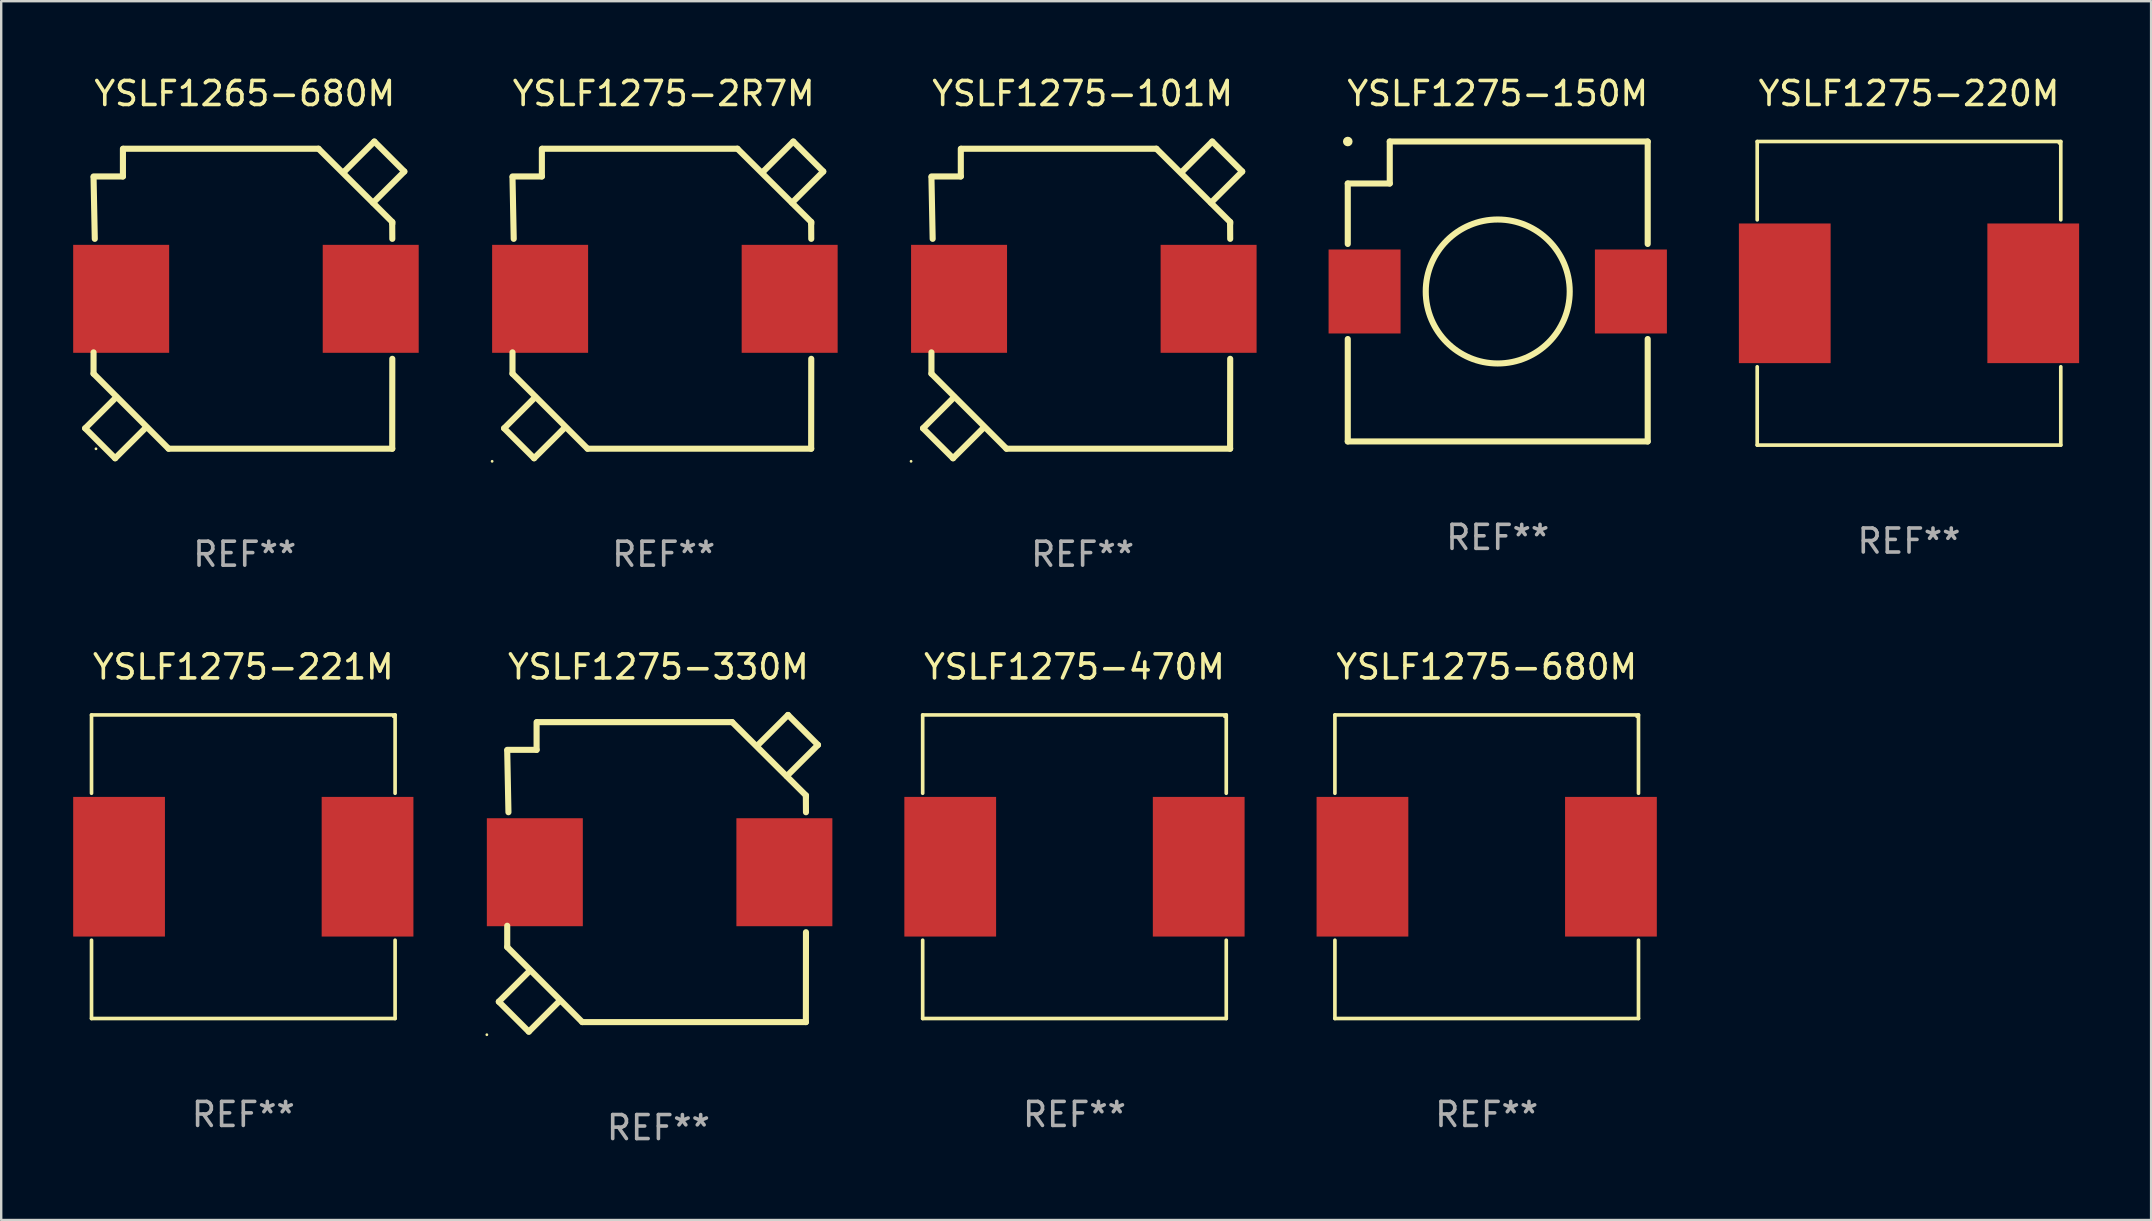
<source format=kicad_pcb>
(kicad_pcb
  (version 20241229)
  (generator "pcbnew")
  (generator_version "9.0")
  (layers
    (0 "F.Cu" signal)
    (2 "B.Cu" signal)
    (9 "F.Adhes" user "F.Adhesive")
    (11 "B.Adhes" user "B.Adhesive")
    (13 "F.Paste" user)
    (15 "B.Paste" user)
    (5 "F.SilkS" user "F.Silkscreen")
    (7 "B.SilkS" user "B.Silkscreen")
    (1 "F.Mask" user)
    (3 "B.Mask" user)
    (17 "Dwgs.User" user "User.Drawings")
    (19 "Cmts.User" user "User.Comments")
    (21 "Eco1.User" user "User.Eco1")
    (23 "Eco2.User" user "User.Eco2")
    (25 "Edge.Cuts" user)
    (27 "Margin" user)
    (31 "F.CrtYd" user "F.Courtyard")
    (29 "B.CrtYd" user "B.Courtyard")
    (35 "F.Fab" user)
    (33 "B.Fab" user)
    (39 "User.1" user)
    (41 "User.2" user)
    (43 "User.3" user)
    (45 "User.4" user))
  (footprint "YSLF1275-470M"
    (layer "F.Cu")
    (at 41.73 33.072)
    (property "Reference" "YSLF1275-470M" (at 0 -8.326 0) (layer "F.SilkS") (effects (font (size 1 1) (thickness 0.15))))
    (attr through_hole)
    (fp_line (start -6.326 -6.326) (end 6.326 -6.326) (stroke (width 0.152) (type solid)) (layer "F.SilkS"))
    (fp_line (start -6.326 -3.062) (end -6.326 -6.326) (stroke (width 0.152) (type solid)) (layer "F.SilkS"))
    (fp_line (start -6.326 3.062) (end -6.326 6.326) (stroke (width 0.152) (type solid)) (layer "F.SilkS"))
    (fp_line (start -6.326 6.326) (end 6.326 6.326) (stroke (width 0.152) (type solid)) (layer "F.SilkS"))
    (fp_line (start 6.326 -6.326) (end 6.326 -3.062) (stroke (width 0.152) (type solid)) (layer "F.SilkS"))
    (fp_line (start 6.326 6.326) (end 6.326 3.062) (stroke (width 0.152) (type solid)) (layer "F.SilkS"))
    (fp_circle (center 6.25 -6.25) (end 6.28 -6.25) (stroke (width 0.06) (type solid)) (fill no) (layer "F.SilkS"))
    (fp_text user "REF**" (at 0 10.326 0) (layer "F.Fab") (effects (font (size 1 1) (thickness 0.15))))
    (pad "1" smd rect (at 5.178 0) (size 3.824 5.82) (layers "F.Cu" "F.Mask" "F.Paste"))
    (pad "2" smd rect (at -5.178 0) (size 3.824 5.82) (layers "F.Cu" "F.Mask" "F.Paste")))
  (footprint "YSLF1275-2R7M"
    (layer "F.Cu")
    (at 24.61 9.449)
    (property "Reference" "YSLF1275-2R7M" (at 0 -8.6 0) (layer "F.SilkS") (effects (font (size 1 1) (thickness 0.15))))
    (attr through_hole)
    (fp_line (start -6.651 5.351) (end -5.401 6.6) (stroke (width 0.254) (type solid)) (layer "F.SilkS"))
    (fp_line (start -6.301 2.186) (end -6.301 3.074) (stroke (width 0.254) (type solid)) (layer "F.SilkS"))
    (fp_line (start -6.301 3.074) (end -3.174 6.201) (stroke (width 0.254) (type solid)) (layer "F.SilkS"))
    (fp_line (start -6.25 -2.545) (end -6.301 -5.108) (stroke (width 0.254) (type solid)) (layer "F.SilkS"))
    (fp_line (start -5.401 6.6) (end -4.151 5.351) (stroke (width 0.254) (type solid)) (layer "F.SilkS"))
    (fp_line (start -5.35 4.05) (end -6.651 5.351) (stroke (width 0.254) (type solid)) (layer "F.SilkS"))
    (fp_line (start -5.077 -6.3) (end -5.077 -5.145) (stroke (width 0.254) (type solid)) (layer "F.SilkS"))
    (fp_line (start -5.077 -5.145) (end -6.301 -5.145) (stroke (width 0.254) (type solid)) (layer "F.SilkS"))
    (fp_line (start -4.151 5.351) (end -4.15 5.35) (stroke (width 0.254) (type solid)) (layer "F.SilkS"))
    (fp_line (start -3.174 6.201) (end 6.15 6.201) (stroke (width 0.254) (type solid)) (layer "F.SilkS"))
    (fp_line (start 3.074 -6.301) (end 6.15 -3.245) (stroke (width 0.254) (type solid)) (layer "F.SilkS"))
    (fp_line (start 3.075 -6.3) (end -5.058 -6.3) (stroke (width 0.254) (type solid)) (layer "F.SilkS"))
    (fp_line (start 4.151 -5.351) (end 4.15 -5.35) (stroke (width 0.254) (type solid)) (layer "F.SilkS"))
    (fp_line (start 5.35 -4.05) (end 6.651 -5.351) (stroke (width 0.254) (type solid)) (layer "F.SilkS"))
    (fp_line (start 5.401 -6.6) (end 4.151 -5.351) (stroke (width 0.254) (type solid)) (layer "F.SilkS"))
    (fp_line (start 6.146 6.201) (end 6.15 2.455) (stroke (width 0.254) (type solid)) (layer "F.SilkS"))
    (fp_line (start 6.15 -3.245) (end 6.15 -3.174) (stroke (width 0.254) (type solid)) (layer "F.SilkS"))
    (fp_line (start 6.15 -2.545) (end 6.146 -3.174) (stroke (width 0.254) (type solid)) (layer "F.SilkS"))
    (fp_line (start 6.651 -5.351) (end 5.401 -6.6) (stroke (width 0.254) (type solid)) (layer "F.SilkS"))
    (fp_circle (center -7.15 6.727) (end -7.12 6.727) (stroke (width 0.06) (type solid)) (fill no) (layer "F.SilkS"))
    (fp_text user "REF**" (at 0 10.6 0) (layer "F.Fab") (effects (font (size 1 1) (thickness 0.15))))
    (pad "1" smd rect (at -5.15 -0.045) (size 4 4.5) (layers "F.Cu" "F.Mask" "F.Paste"))
    (pad "2" smd rect (at 5.25 -0.045) (size 4 4.5) (layers "F.Cu" "F.Mask" "F.Paste")))
  (footprint "YSLF1275-221M"
    (layer "F.Cu")
    (at 7.09 33.072)
    (property "Reference" "YSLF1275-221M" (at 0 -8.326 0) (layer "F.SilkS") (effects (font (size 1 1) (thickness 0.15))))
    (attr through_hole)
    (fp_line (start -6.326 -6.326) (end 6.326 -6.326) (stroke (width 0.152) (type solid)) (layer "F.SilkS"))
    (fp_line (start -6.326 -3.062) (end -6.326 -6.326) (stroke (width 0.152) (type solid)) (layer "F.SilkS"))
    (fp_line (start -6.326 3.062) (end -6.326 6.326) (stroke (width 0.152) (type solid)) (layer "F.SilkS"))
    (fp_line (start -6.326 6.326) (end 6.326 6.326) (stroke (width 0.152) (type solid)) (layer "F.SilkS"))
    (fp_line (start 6.326 -6.326) (end 6.326 -3.062) (stroke (width 0.152) (type solid)) (layer "F.SilkS"))
    (fp_line (start 6.326 6.326) (end 6.326 3.062) (stroke (width 0.152) (type solid)) (layer "F.SilkS"))
    (fp_circle (center 6.25 -6.25) (end 6.28 -6.25) (stroke (width 0.06) (type solid)) (fill no) (layer "F.SilkS"))
    (fp_text user "REF**" (at 0 10.326 0) (layer "F.Fab") (effects (font (size 1 1) (thickness 0.15))))
    (pad "1" smd rect (at 5.178 0) (size 3.824 5.82) (layers "F.Cu" "F.Mask" "F.Paste"))
    (pad "2" smd rect (at -5.178 0) (size 3.824 5.82) (layers "F.Cu" "F.Mask" "F.Paste")))
  (footprint "YSLF1275-220M"
    (layer "F.Cu")
    (at 76.51 9.174)
    (property "Reference" "YSLF1275-220M" (at 0 -8.326 0) (layer "F.SilkS") (effects (font (size 1 1) (thickness 0.15))))
    (attr through_hole)
    (fp_line (start -6.326 -6.326) (end 6.326 -6.326) (stroke (width 0.152) (type solid)) (layer "F.SilkS"))
    (fp_line (start -6.326 -3.062) (end -6.326 -6.326) (stroke (width 0.152) (type solid)) (layer "F.SilkS"))
    (fp_line (start -6.326 3.062) (end -6.326 6.326) (stroke (width 0.152) (type solid)) (layer "F.SilkS"))
    (fp_line (start -6.326 6.326) (end 6.326 6.326) (stroke (width 0.152) (type solid)) (layer "F.SilkS"))
    (fp_line (start 6.326 -6.326) (end 6.326 -3.062) (stroke (width 0.152) (type solid)) (layer "F.SilkS"))
    (fp_line (start 6.326 6.326) (end 6.326 3.062) (stroke (width 0.152) (type solid)) (layer "F.SilkS"))
    (fp_circle (center 6.25 -6.25) (end 6.28 -6.25) (stroke (width 0.06) (type solid)) (fill no) (layer "F.SilkS"))
    (fp_text user "REF**" (at 0 10.326 0) (layer "F.Fab") (effects (font (size 1 1) (thickness 0.15))))
    (pad "1" smd rect (at 5.178 0) (size 3.824 5.82) (layers "F.Cu" "F.Mask" "F.Paste"))
    (pad "2" smd rect (at -5.178 0) (size 3.824 5.82) (layers "F.Cu" "F.Mask" "F.Paste")))
  (footprint "YSLF1265-680M"
    (layer "F.Cu")
    (at 7.15 9.449)
    (property "Reference" "YSLF1265-680M" (at 0 -8.6 0) (layer "F.SilkS") (effects (font (size 1 1) (thickness 0.15))))
    (attr through_hole)
    (fp_line (start -6.651 5.351) (end -5.401 6.6) (stroke (width 0.254) (type solid)) (layer "F.SilkS"))
    (fp_line (start -6.301 2.186) (end -6.301 3.074) (stroke (width 0.254) (type solid)) (layer "F.SilkS"))
    (fp_line (start -6.301 3.074) (end -3.174 6.201) (stroke (width 0.254) (type solid)) (layer "F.SilkS"))
    (fp_line (start -6.25 -2.545) (end -6.301 -5.108) (stroke (width 0.254) (type solid)) (layer "F.SilkS"))
    (fp_line (start -5.401 6.6) (end -4.151 5.351) (stroke (width 0.254) (type solid)) (layer "F.SilkS"))
    (fp_line (start -5.35 4.05) (end -6.651 5.351) (stroke (width 0.254) (type solid)) (layer "F.SilkS"))
    (fp_line (start -5.077 -6.3) (end -5.077 -5.145) (stroke (width 0.254) (type solid)) (layer "F.SilkS"))
    (fp_line (start -5.077 -5.145) (end -6.301 -5.145) (stroke (width 0.254) (type solid)) (layer "F.SilkS"))
    (fp_line (start -4.151 5.351) (end -4.15 5.35) (stroke (width 0.254) (type solid)) (layer "F.SilkS"))
    (fp_line (start -3.174 6.201) (end 6.15 6.201) (stroke (width 0.254) (type solid)) (layer "F.SilkS"))
    (fp_line (start 3.074 -6.301) (end 6.15 -3.245) (stroke (width 0.254) (type solid)) (layer "F.SilkS"))
    (fp_line (start 3.075 -6.3) (end -5.058 -6.3) (stroke (width 0.254) (type solid)) (layer "F.SilkS"))
    (fp_line (start 4.151 -5.351) (end 4.15 -5.35) (stroke (width 0.254) (type solid)) (layer "F.SilkS"))
    (fp_line (start 5.35 -4.05) (end 6.651 -5.351) (stroke (width 0.254) (type solid)) (layer "F.SilkS"))
    (fp_line (start 5.401 -6.6) (end 4.151 -5.351) (stroke (width 0.254) (type solid)) (layer "F.SilkS"))
    (fp_line (start 6.146 6.201) (end 6.15 2.455) (stroke (width 0.254) (type solid)) (layer "F.SilkS"))
    (fp_line (start 6.15 -3.245) (end 6.15 -3.174) (stroke (width 0.254) (type solid)) (layer "F.SilkS"))
    (fp_line (start 6.15 -2.545) (end 6.146 -3.174) (stroke (width 0.254) (type solid)) (layer "F.SilkS"))
    (fp_line (start 6.651 -5.351) (end 5.401 -6.6) (stroke (width 0.254) (type solid)) (layer "F.SilkS"))
    (fp_circle (center -6.2 6.205) (end -6.17 6.205) (stroke (width 0.06) (type solid)) (fill no) (layer "F.SilkS"))
    (fp_text user "REF**" (at 0 10.6 0) (layer "F.Fab") (effects (font (size 1 1) (thickness 0.15))))
    (pad "1" smd rect (at -5.15 -0.045) (size 4 4.5) (layers "F.Cu" "F.Mask" "F.Paste"))
    (pad "2" smd rect (at 5.25 -0.045) (size 4 4.5) (layers "F.Cu" "F.Mask" "F.Paste")))
  (footprint "YSLF1275-101M"
    (layer "F.Cu")
    (at 42.07 9.449)
    (property "Reference" "YSLF1275-101M" (at 0 -8.6 0) (layer "F.SilkS") (effects (font (size 1 1) (thickness 0.15))))
    (attr through_hole)
    (fp_line (start -6.651 5.351) (end -5.401 6.6) (stroke (width 0.254) (type solid)) (layer "F.SilkS"))
    (fp_line (start -6.301 2.186) (end -6.301 3.074) (stroke (width 0.254) (type solid)) (layer "F.SilkS"))
    (fp_line (start -6.301 3.074) (end -3.174 6.201) (stroke (width 0.254) (type solid)) (layer "F.SilkS"))
    (fp_line (start -6.25 -2.545) (end -6.301 -5.108) (stroke (width 0.254) (type solid)) (layer "F.SilkS"))
    (fp_line (start -5.401 6.6) (end -4.151 5.351) (stroke (width 0.254) (type solid)) (layer "F.SilkS"))
    (fp_line (start -5.35 4.05) (end -6.651 5.351) (stroke (width 0.254) (type solid)) (layer "F.SilkS"))
    (fp_line (start -5.077 -6.3) (end -5.077 -5.145) (stroke (width 0.254) (type solid)) (layer "F.SilkS"))
    (fp_line (start -5.077 -5.145) (end -6.301 -5.145) (stroke (width 0.254) (type solid)) (layer "F.SilkS"))
    (fp_line (start -4.151 5.351) (end -4.15 5.35) (stroke (width 0.254) (type solid)) (layer "F.SilkS"))
    (fp_line (start -3.174 6.201) (end 6.15 6.201) (stroke (width 0.254) (type solid)) (layer "F.SilkS"))
    (fp_line (start 3.074 -6.301) (end 6.15 -3.245) (stroke (width 0.254) (type solid)) (layer "F.SilkS"))
    (fp_line (start 3.075 -6.3) (end -5.058 -6.3) (stroke (width 0.254) (type solid)) (layer "F.SilkS"))
    (fp_line (start 4.151 -5.351) (end 4.15 -5.35) (stroke (width 0.254) (type solid)) (layer "F.SilkS"))
    (fp_line (start 5.35 -4.05) (end 6.651 -5.351) (stroke (width 0.254) (type solid)) (layer "F.SilkS"))
    (fp_line (start 5.401 -6.6) (end 4.151 -5.351) (stroke (width 0.254) (type solid)) (layer "F.SilkS"))
    (fp_line (start 6.146 6.201) (end 6.15 2.455) (stroke (width 0.254) (type solid)) (layer "F.SilkS"))
    (fp_line (start 6.15 -3.245) (end 6.15 -3.174) (stroke (width 0.254) (type solid)) (layer "F.SilkS"))
    (fp_line (start 6.15 -2.545) (end 6.146 -3.174) (stroke (width 0.254) (type solid)) (layer "F.SilkS"))
    (fp_line (start 6.651 -5.351) (end 5.401 -6.6) (stroke (width 0.254) (type solid)) (layer "F.SilkS"))
    (fp_circle (center -7.15 6.727) (end -7.12 6.727) (stroke (width 0.06) (type solid)) (fill no) (layer "F.SilkS"))
    (fp_text user "REF**" (at 0 10.6 0) (layer "F.Fab") (effects (font (size 1 1) (thickness 0.15))))
    (pad "1" smd rect (at -5.15 -0.045) (size 4 4.5) (layers "F.Cu" "F.Mask" "F.Paste"))
    (pad "2" smd rect (at 5.25 -0.045) (size 4 4.5) (layers "F.Cu" "F.Mask" "F.Paste")))
  (footprint "YSLF1275-150M"
    (layer "F.Cu")
    (at 59.37 9.098)
    (property "Reference" "YSLF1275-150M" (at 0 -8.25 0) (layer "F.SilkS") (effects (font (size 1 1) (thickness 0.15))))
    (attr through_hole)
    (fp_line (start -6.25 -4.5) (end -6.25 -1.981) (stroke (width 0.254) (type solid)) (layer "F.SilkS"))
    (fp_line (start -6.25 -4.5) (end -4.5 -4.5) (stroke (width 0.254) (type solid)) (layer "F.SilkS"))
    (fp_line (start -6.25 6.25) (end -6.25 1.981) (stroke (width 0.254) (type solid)) (layer "F.SilkS"))
    (fp_line (start -6.25 6.25) (end 6.25 6.25) (stroke (width 0.254) (type solid)) (layer "F.SilkS"))
    (fp_line (start -4.5 -6.25) (end 6.25 -6.25) (stroke (width 0.254) (type solid)) (layer "F.SilkS"))
    (fp_line (start -4.5 -4.5) (end -4.5 -6.25) (stroke (width 0.254) (type solid)) (layer "F.SilkS"))
    (fp_line (start 6.25 -6.25) (end 6.25 -1.981) (stroke (width 0.254) (type solid)) (layer "F.SilkS"))
    (fp_line (start 6.25 1.981) (end 6.25 6.25) (stroke (width 0.254) (type solid)) (layer "F.SilkS"))
    (fp_circle (center -6.25 -6.25) (end -6.15 -6.25) (stroke (width 0.2) (type solid)) (fill no) (layer "F.SilkS"))
    (fp_circle (center 0 0) (end 3 0) (stroke (width 0.254) (type solid)) (fill no) (layer "F.SilkS"))
    (fp_text user "REF**" (at 0 10.25 0) (layer "F.Fab") (effects (font (size 1 1) (thickness 0.15))))
    (pad "1" smd rect (at -5.55 0) (size 3 3.5) (layers "F.Cu" "F.Mask" "F.Paste"))
    (pad "2" smd rect (at 5.55 0) (size 3 3.5) (layers "F.Cu" "F.Mask" "F.Paste")))
  (footprint "YSLF1275-680M"
    (layer "F.Cu")
    (at 58.91 33.072)
    (property "Reference" "YSLF1275-680M" (at 0 -8.326 0) (layer "F.SilkS") (effects (font (size 1 1) (thickness 0.15))))
    (attr through_hole)
    (fp_line (start -6.326 -6.326) (end 6.326 -6.326) (stroke (width 0.152) (type solid)) (layer "F.SilkS"))
    (fp_line (start -6.326 -3.062) (end -6.326 -6.326) (stroke (width 0.152) (type solid)) (layer "F.SilkS"))
    (fp_line (start -6.326 3.062) (end -6.326 6.326) (stroke (width 0.152) (type solid)) (layer "F.SilkS"))
    (fp_line (start -6.326 6.326) (end 6.326 6.326) (stroke (width 0.152) (type solid)) (layer "F.SilkS"))
    (fp_line (start 6.326 -6.326) (end 6.326 -3.062) (stroke (width 0.152) (type solid)) (layer "F.SilkS"))
    (fp_line (start 6.326 6.326) (end 6.326 3.062) (stroke (width 0.152) (type solid)) (layer "F.SilkS"))
    (fp_circle (center 6.25 -6.25) (end 6.28 -6.25) (stroke (width 0.06) (type solid)) (fill no) (layer "F.SilkS"))
    (fp_text user "REF**" (at 0 10.326 0) (layer "F.Fab") (effects (font (size 1 1) (thickness 0.15))))
    (pad "1" smd rect (at 5.178 0) (size 3.824 5.82) (layers "F.Cu" "F.Mask" "F.Paste"))
    (pad "2" smd rect (at -5.178 0) (size 3.824 5.82) (layers "F.Cu" "F.Mask" "F.Paste")))
  (footprint "YSLF1275-330M"
    (layer "F.Cu")
    (at 24.39 33.346)
    (property "Reference" "YSLF1275-330M" (at 0 -8.6 0) (layer "F.SilkS") (effects (font (size 1 1) (thickness 0.15))))
    (attr through_hole)
    (fp_line (start -6.651 5.351) (end -5.401 6.6) (stroke (width 0.254) (type solid)) (layer "F.SilkS"))
    (fp_line (start -6.301 2.186) (end -6.301 3.074) (stroke (width 0.254) (type solid)) (layer "F.SilkS"))
    (fp_line (start -6.301 3.074) (end -3.174 6.201) (stroke (width 0.254) (type solid)) (layer "F.SilkS"))
    (fp_line (start -6.25 -2.545) (end -6.301 -5.108) (stroke (width 0.254) (type solid)) (layer "F.SilkS"))
    (fp_line (start -5.401 6.6) (end -4.151 5.351) (stroke (width 0.254) (type solid)) (layer "F.SilkS"))
    (fp_line (start -5.35 4.05) (end -6.651 5.351) (stroke (width 0.254) (type solid)) (layer "F.SilkS"))
    (fp_line (start -5.077 -6.3) (end -5.077 -5.145) (stroke (width 0.254) (type solid)) (layer "F.SilkS"))
    (fp_line (start -5.077 -5.145) (end -6.301 -5.145) (stroke (width 0.254) (type solid)) (layer "F.SilkS"))
    (fp_line (start -4.151 5.351) (end -4.15 5.35) (stroke (width 0.254) (type solid)) (layer "F.SilkS"))
    (fp_line (start -3.174 6.201) (end 6.15 6.201) (stroke (width 0.254) (type solid)) (layer "F.SilkS"))
    (fp_line (start 3.074 -6.301) (end 6.15 -3.245) (stroke (width 0.254) (type solid)) (layer "F.SilkS"))
    (fp_line (start 3.075 -6.3) (end -5.058 -6.3) (stroke (width 0.254) (type solid)) (layer "F.SilkS"))
    (fp_line (start 4.151 -5.351) (end 4.15 -5.35) (stroke (width 0.254) (type solid)) (layer "F.SilkS"))
    (fp_line (start 5.35 -4.05) (end 6.651 -5.351) (stroke (width 0.254) (type solid)) (layer "F.SilkS"))
    (fp_line (start 5.401 -6.6) (end 4.151 -5.351) (stroke (width 0.254) (type solid)) (layer "F.SilkS"))
    (fp_line (start 6.146 6.201) (end 6.15 2.455) (stroke (width 0.254) (type solid)) (layer "F.SilkS"))
    (fp_line (start 6.15 -3.245) (end 6.15 -3.174) (stroke (width 0.254) (type solid)) (layer "F.SilkS"))
    (fp_line (start 6.15 -2.545) (end 6.146 -3.174) (stroke (width 0.254) (type solid)) (layer "F.SilkS"))
    (fp_line (start 6.651 -5.351) (end 5.401 -6.6) (stroke (width 0.254) (type solid)) (layer "F.SilkS"))
    (fp_circle (center -7.15 6.727) (end -7.12 6.727) (stroke (width 0.06) (type solid)) (fill no) (layer "F.SilkS"))
    (fp_text user "REF**" (at 0 10.6 0) (layer "F.Fab") (effects (font (size 1 1) (thickness 0.15))))
    (pad "1" smd rect (at -5.15 -0.045) (size 4 4.5) (layers "F.Cu" "F.Mask" "F.Paste"))
    (pad "2" smd rect (at 5.25 -0.045) (size 4 4.5) (layers "F.Cu" "F.Mask" "F.Paste")))
  (gr_rect
    (start -3 -3)
    (end 86.6 47.795)
    (stroke (width 0.1) (type default))
    (fill no)
    (layer "Edge.Cuts")))
</source>
